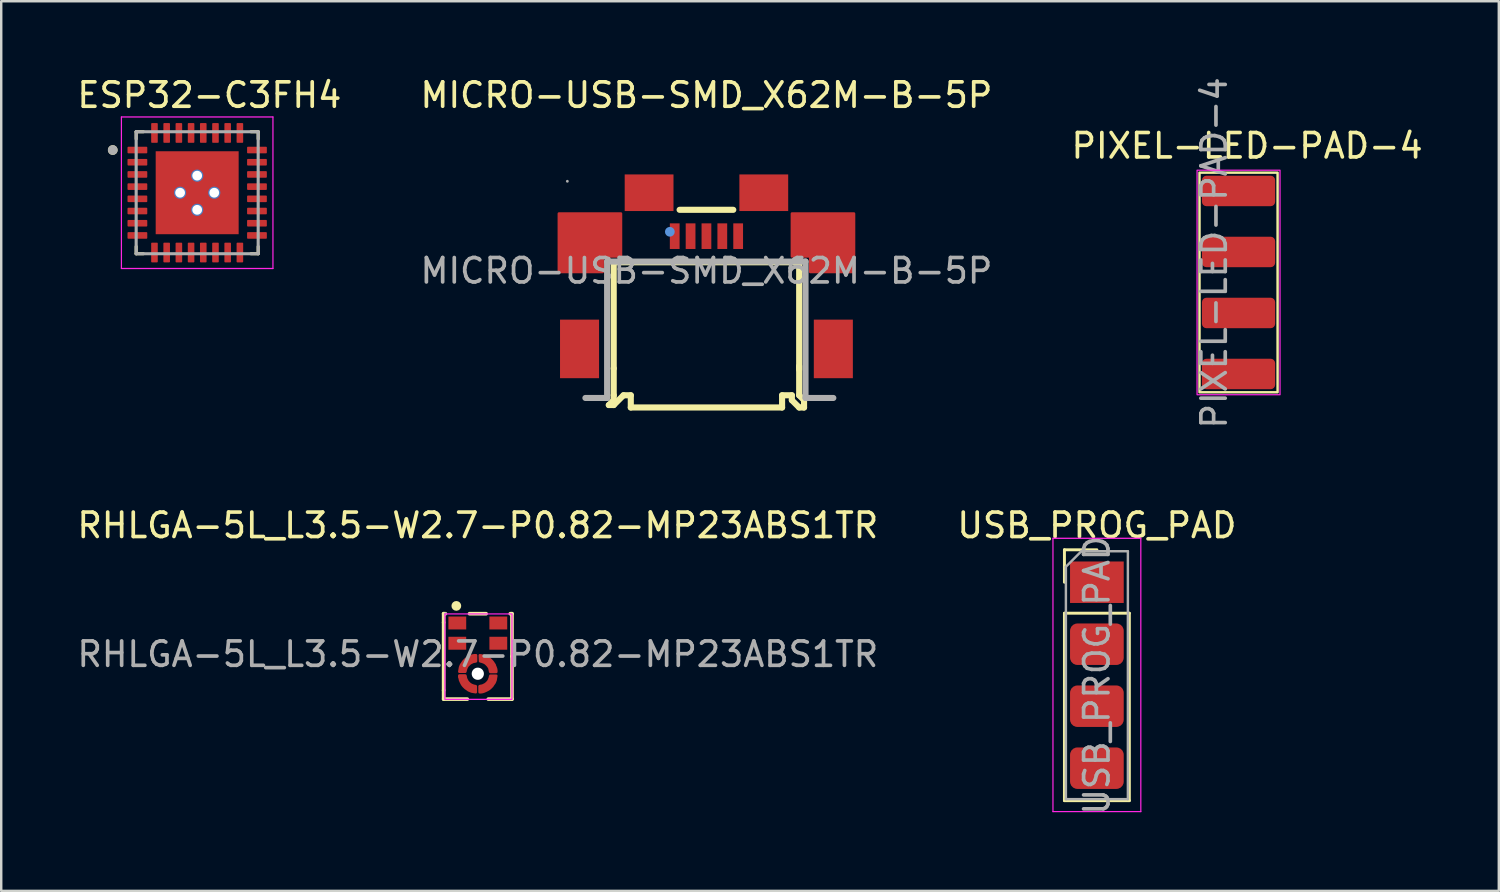
<source format=kicad_pcb>
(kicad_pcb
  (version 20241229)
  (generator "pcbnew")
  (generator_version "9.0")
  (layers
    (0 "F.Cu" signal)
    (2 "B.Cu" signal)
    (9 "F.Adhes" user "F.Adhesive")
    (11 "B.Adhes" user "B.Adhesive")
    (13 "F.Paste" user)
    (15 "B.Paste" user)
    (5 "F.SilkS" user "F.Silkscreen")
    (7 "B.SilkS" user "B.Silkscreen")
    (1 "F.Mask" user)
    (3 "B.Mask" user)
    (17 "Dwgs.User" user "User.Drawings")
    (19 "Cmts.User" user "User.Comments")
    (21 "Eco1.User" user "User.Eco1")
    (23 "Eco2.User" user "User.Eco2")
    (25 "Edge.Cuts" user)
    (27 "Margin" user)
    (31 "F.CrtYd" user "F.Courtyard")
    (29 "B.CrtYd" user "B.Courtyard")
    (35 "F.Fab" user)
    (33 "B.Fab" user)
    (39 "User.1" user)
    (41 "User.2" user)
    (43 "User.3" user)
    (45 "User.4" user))
  (footprint "USB_PROG_PAD"
    (layer "F.Cu")
    (at 41.899 20.809)
    (property "Reference" "USB_PROG_PAD" (at 0 -2.33 0) (layer "F.SilkS") (effects (font (size 1 1) (thickness 0.15))))
    (attr through_hole)
    (fp_line (start -1.33 -1.33) (end 0 -1.33) (stroke (width 0.12) (type solid)) (layer "F.SilkS"))
    (fp_line (start -1.33 0) (end -1.33 -1.33) (stroke (width 0.12) (type solid)) (layer "F.SilkS"))
    (fp_line (start -1.33 1.27) (end -1.33 8.95) (stroke (width 0.12) (type solid)) (layer "F.SilkS"))
    (fp_line (start -1.33 1.27) (end 1.33 1.27) (stroke (width 0.12) (type solid)) (layer "F.SilkS"))
    (fp_line (start -1.33 8.95) (end 1.33 8.95) (stroke (width 0.12) (type solid)) (layer "F.SilkS"))
    (fp_line (start 1.33 1.27) (end 1.33 8.95) (stroke (width 0.12) (type solid)) (layer "F.SilkS"))
    (fp_line (start -1.8 -1.8) (end -1.8 9.4) (stroke (width 0.05) (type solid)) (layer "F.CrtYd"))
    (fp_line (start -1.8 9.4) (end 1.8 9.4) (stroke (width 0.05) (type solid)) (layer "F.CrtYd"))
    (fp_line (start 1.8 -1.8) (end -1.8 -1.8) (stroke (width 0.05) (type solid)) (layer "F.CrtYd"))
    (fp_line (start 1.8 9.4) (end 1.8 -1.8) (stroke (width 0.05) (type solid)) (layer "F.CrtYd"))
    (fp_line (start -1.27 -0.635) (end -0.635 -1.27) (stroke (width 0.1) (type solid)) (layer "F.Fab"))
    (fp_line (start -1.27 8.89) (end -1.27 -0.635) (stroke (width 0.1) (type solid)) (layer "F.Fab"))
    (fp_line (start -0.635 -1.27) (end 1.27 -1.27) (stroke (width 0.1) (type solid)) (layer "F.Fab"))
    (fp_line (start 1.27 -1.27) (end 1.27 8.89) (stroke (width 0.1) (type solid)) (layer "F.Fab"))
    (fp_line (start 1.27 8.89) (end -1.27 8.89) (stroke (width 0.1) (type solid)) (layer "F.Fab"))
    (fp_text user "${REFERENCE}" (at 0 3.81 90) (layer "F.Fab") (effects (font (size 1 1) (thickness 0.15))))
    (pad "1" smd rect (at 0 0) (size 2.2 1.7) (layers "F.Cu" "F.Mask" "F.Paste"))
    (pad "2" smd roundrect (at 0 2.54) (size 2.2 1.7) (layers "F.Cu" "F.Mask" "F.Paste") (roundrect_rratio 0.176))
    (pad "3" smd roundrect (at 0 5.08) (size 2.2 1.7) (layers "F.Cu" "F.Mask" "F.Paste") (roundrect_rratio 0.176))
    (pad "4" smd roundrect (at 0 7.62) (size 2.2 1.7) (layers "F.Cu" "F.Mask" "F.Paste") (roundrect_rratio 0.176)))
  (footprint "RHLGA-5L_L3.5-W2.7-P0.82-MP23ABS1TR"
    (layer "F.Cu")
    (at 16.53 23.759)
    (property "Reference" "RHLGA-5L_L3.5-W2.7-P0.82-MP23ABS1TR" (at 0 -5.28 0) (layer "F.SilkS") (effects (font (size 1 1) (thickness 0.15))))
    (attr smd)
    (fp_line (start -1.4 -1.66) (end -1.4 -1.3) (stroke (width 0.15) (type solid)) (layer "F.SilkS"))
    (fp_line (start -1.4 -1.3) (end -1.4 1.48) (stroke (width 0.15) (type solid)) (layer "F.SilkS"))
    (fp_line (start -1.4 1.84) (end -1.4 1.48) (stroke (width 0.15) (type solid)) (layer "F.SilkS"))
    (fp_line (start -1.33 -1.66) (end -1.4 -1.66) (stroke (width 0.15) (type solid)) (layer "F.SilkS"))
    (fp_line (start -0.43 1.84) (end -1.4 1.84) (stroke (width 0.15) (type solid)) (layer "F.SilkS"))
    (fp_line (start 0.34 -1.66) (end -0.34 -1.66) (stroke (width 0.15) (type solid)) (layer "F.SilkS"))
    (fp_line (start 1.4 -1.66) (end 1.33 -1.66) (stroke (width 0.15) (type solid)) (layer "F.SilkS"))
    (fp_line (start 1.4 0.09) (end 1.4 -1.66) (stroke (width 0.15) (type solid)) (layer "F.SilkS"))
    (fp_line (start 1.4 0.09) (end 1.4 1.84) (stroke (width 0.15) (type solid)) (layer "F.SilkS"))
    (fp_line (start 1.4 1.84) (end 0.43 1.84) (stroke (width 0.15) (type solid)) (layer "F.SilkS"))
    (fp_circle (center -0.88 -1.98) (end -0.78 -1.98) (stroke (width 0.2) (type solid)) (fill no) (layer "F.SilkS"))
    (fp_rect (start -1.35 -1.65) (end 1.4 1.85) (stroke (width 0.05) (type default)) (fill no) (layer "F.CrtYd"))
    (fp_circle (center -1.32 -1.66) (end -1.29 -1.66) (stroke (width 0.06) (type solid)) (fill no) (layer "F.Fab"))
    (fp_text user "${REFERENCE}" (at 0 0 0) (layer "F.Fab") (effects (font (size 1 1) (thickness 0.15))))
    (pad "" np_thru_hole circle (at 0 0.8) (size 0.5 0.5) (drill 0.5) (layers "*.Cu" "*.Mask"))
    (pad "1" smd rect (at -0.84 -1.28) (size 0.73 0.53) (layers "F.Cu" "F.Mask" "F.Paste"))
    (pad "2" smd rect (at -0.84 -0.45) (size 0.73 0.53) (layers "F.Cu" "F.Mask" "F.Paste"))
    (pad "3" smd custom (at -0.48 0.37) (size 0.01 0.01) (layers "F.Cu" "F.Mask" "F.Paste") (options (anchor circle)) (primitives (gr_poly (pts (xy -0.03 0.35) (xy -0.28 0.35) (xy -0.27 0.29) (xy -0.26 0.23) (xy -0.25 0.17) (xy -0.22 0.09) (xy -0.2 0.05) (xy -0.17 0.01) (xy -0.15 -0.02) (xy -0.13 -0.05) (xy -0.11 -0.08) (xy -0.07 -0.12) (xy -0.03 -0.16) (xy 0.02 -0.2) (xy 0.07 -0.23) (xy 0.11 -0.25) (xy 0.15 -0.27) (xy 0.22 -0.3) (xy 0.28 -0.32) (xy 0.34 -0.33) (xy 0.41 -0.33) (xy 0.41 -0.08) (xy 0.38 -0.07) (xy 0.32 -0.06) (xy 0.28 -0.05) (xy 0.24 -0.03) (xy 0.18 0) (xy 0.14 0.03) (xy 0.11 0.06) (xy 0.06 0.11) (xy 0.02 0.18) (xy -0.01 0.26)) (width 0.1) (fill yes))))
    (pad "3" smd custom (at -0.42 1.28) (size 0.01 0.01) (layers "F.Cu" "F.Mask" "F.Paste") (options (anchor circle)) (primitives (gr_poly (pts (xy 0.34 0.03) (xy 0.34 0.28) (xy 0.28 0.27) (xy 0.22 0.26) (xy 0.16 0.25) (xy 0.09 0.22) (xy 0.04 0.2) (xy 0 0.17) (xy -0.03 0.15) (xy -0.06 0.13) (xy -0.09 0.11) (xy -0.13 0.07) (xy -0.17 0.03) (xy -0.21 -0.02) (xy -0.24 -0.07) (xy -0.26 -0.11) (xy -0.28 -0.15) (xy -0.31 -0.22) (xy -0.32 -0.28) (xy -0.34 -0.34) (xy -0.34 -0.41) (xy -0.09 -0.41) (xy -0.08 -0.38) (xy -0.07 -0.32) (xy -0.06 -0.28) (xy -0.04 -0.24) (xy -0.01 -0.18) (xy 0.02 -0.14) (xy 0.05 -0.11) (xy 0.1 -0.06) (xy 0.17 -0.02) (xy 0.25 0.01)) (width 0.1) (fill yes))))
    (pad "3" smd custom (at 0.42 0.32) (size 0.01 0.01) (layers "F.Cu" "F.Mask" "F.Paste") (options (anchor circle)) (primitives (gr_poly (pts (xy -0.33 -0.03) (xy -0.34 -0.28) (xy -0.28 -0.27) (xy -0.22 -0.26) (xy -0.15 -0.25) (xy -0.08 -0.22) (xy -0.04 -0.2) (xy 0 -0.17) (xy 0.03 -0.15) (xy 0.06 -0.13) (xy 0.09 -0.11) (xy 0.13 -0.07) (xy 0.17 -0.03) (xy 0.21 0.02) (xy 0.24 0.07) (xy 0.27 0.11) (xy 0.28 0.15) (xy 0.31 0.22) (xy 0.33 0.28) (xy 0.34 0.34) (xy 0.34 0.41) (xy 0.09 0.41) (xy 0.08 0.38) (xy 0.07 0.32) (xy 0.06 0.28) (xy 0.05 0.24) (xy 0.01 0.18) (xy -0.02 0.14) (xy -0.05 0.11) (xy -0.1 0.06) (xy -0.17 0.02) (xy -0.25 -0.01)) (width 0.1) (fill yes))))
    (pad "3" smd custom (at 0.48 1.22) (size 0.01 0.01) (layers "F.Cu" "F.Mask" "F.Paste") (options (anchor circle)) (primitives (gr_poly (pts (xy 0.03 -0.34) (xy 0.28 -0.34) (xy 0.27 -0.28) (xy 0.26 -0.22) (xy 0.25 -0.16) (xy 0.22 -0.08) (xy 0.2 -0.04) (xy 0.17 0) (xy 0.15 0.03) (xy 0.13 0.06) (xy 0.11 0.09) (xy 0.07 0.13) (xy 0.03 0.17) (xy -0.02 0.21) (xy -0.07 0.24) (xy -0.11 0.26) (xy -0.15 0.28) (xy -0.22 0.31) (xy -0.28 0.33) (xy -0.34 0.34) (xy -0.41 0.34) (xy -0.41 0.09) (xy -0.38 0.08) (xy -0.32 0.07) (xy -0.28 0.06) (xy -0.24 0.04) (xy -0.18 0.01) (xy -0.14 -0.02) (xy -0.11 -0.05) (xy -0.06 -0.1) (xy -0.02 -0.17) (xy 0.01 -0.25)) (width 0.1) (fill yes))))
    (pad "4" smd rect (at 0.84 -0.45) (size 0.73 0.53) (layers "F.Cu" "F.Mask" "F.Paste"))
    (pad "5" smd rect (at 0.84 -1.28) (size 0.73 0.53) (layers "F.Cu" "F.Mask" "F.Paste")))
  (footprint "MICRO-USB-SMD_X62M-B-5P"
    (layer "F.Cu")
    (at 25.899 8.048)
    (property "Reference" "MICRO-USB-SMD_X62M-B-5P" (at 0 -7.2 0) (layer "F.SilkS") (effects (font (size 1 1) (thickness 0.15))))
    (attr smd)
    (fp_line (start -4 5.5) (end -3.8 5.5) (stroke (width 0.25) (type solid)) (layer "F.SilkS"))
    (fp_line (start -3.8 -0.35) (end 3.7 -0.35) (stroke (width 0.25) (type solid)) (layer "F.SilkS"))
    (fp_line (start -3.8 4) (end -3.8 -0.35) (stroke (width 0.25) (type solid)) (layer "F.SilkS"))
    (fp_line (start -3.8 4) (end -3.8 5.1) (stroke (width 0.25) (type solid)) (layer "F.SilkS"))
    (fp_line (start -3.8 5.1) (end -3.8 5.3) (stroke (width 0.25) (type solid)) (layer "F.SilkS"))
    (fp_line (start -3.8 5.3) (end -4 5.5) (stroke (width 0.25) (type solid)) (layer "F.SilkS"))
    (fp_line (start -3.8 5.5) (end -3.4 5.1) (stroke (width 0.25) (type solid)) (layer "F.SilkS"))
    (fp_line (start -3.4 5.1) (end -3.1 5.1) (stroke (width 0.25) (type solid)) (layer "F.SilkS"))
    (fp_line (start -3.1 5.1) (end -3.1 5.6) (stroke (width 0.25) (type solid)) (layer "F.SilkS"))
    (fp_line (start -3.1 5.6) (end 3.1 5.6) (stroke (width 0.25) (type solid)) (layer "F.SilkS"))
    (fp_line (start -1.1 -2.5) (end 1.1 -2.5) (stroke (width 0.25) (type solid)) (layer "F.SilkS"))
    (fp_line (start 3.1 5.1) (end 3.5 5.1) (stroke (width 0.25) (type solid)) (layer "F.SilkS"))
    (fp_line (start 3.1 5.6) (end 3.1 5.1) (stroke (width 0.25) (type solid)) (layer "F.SilkS"))
    (fp_line (start 3.5 5.1) (end 3.5 5.3) (stroke (width 0.25) (type solid)) (layer "F.SilkS"))
    (fp_line (start 3.5 5.3) (end 3.8 5.6) (stroke (width 0.25) (type solid)) (layer "F.SilkS"))
    (fp_line (start 3.8 4.05) (end 3.8 -0.35) (stroke (width 0.25) (type solid)) (layer "F.SilkS"))
    (fp_line (start 3.8 5.1) (end 3.8 3.9) (stroke (width 0.25) (type solid)) (layer "F.SilkS"))
    (fp_line (start 3.8 5.6) (end 4 5.6) (stroke (width 0.25) (type solid)) (layer "F.SilkS"))
    (fp_line (start 4 5.3) (end 3.8 5.1) (stroke (width 0.25) (type solid)) (layer "F.SilkS"))
    (fp_line (start 4 5.6) (end 4 5.3) (stroke (width 0.25) (type solid)) (layer "F.SilkS"))
    (fp_circle (center -1.5 -1.6) (end -1.4 -1.6) (stroke (width 0.2) (type solid)) (fill no) (layer "Cmts.User"))
    (fp_line (start -4.96 5.21) (end -4.07 5.21) (stroke (width 0.25) (type solid)) (layer "F.Fab"))
    (fp_line (start -4.07 -0.38) (end 4.06 -0.38) (stroke (width 0.25) (type solid)) (layer "F.Fab"))
    (fp_line (start -4.07 5.21) (end -4.07 -0.38) (stroke (width 0.25) (type solid)) (layer "F.Fab"))
    (fp_line (start 4.06 -0.38) (end 4.06 5.21) (stroke (width 0.25) (type solid)) (layer "F.Fab"))
    (fp_line (start 4.06 5.21) (end 5.2 5.21) (stroke (width 0.25) (type solid)) (layer "F.Fab"))
    (fp_circle (center -5.7 -3.67) (end -5.67 -3.67) (stroke (width 0.06) (type solid)) (fill no) (layer "F.Fab"))
    (fp_text user "${REFERENCE}" (at 0 0 0) (layer "F.Fab") (effects (font (size 1 1) (thickness 0.15))))
    (pad "1" smd rect (at -1.3 -1.42) (size 0.4 1.05) (layers "F.Cu" "F.Mask" "F.Paste"))
    (pad "2" smd rect (at -0.65 -1.42) (size 0.4 1.05) (layers "F.Cu" "F.Mask" "F.Paste"))
    (pad "3" smd rect (at 0 -1.42) (size 0.4 1.05) (layers "F.Cu" "F.Mask" "F.Paste"))
    (pad "4" smd rect (at 0.65 -1.42) (size 0.4 1.05) (layers "F.Cu" "F.Mask" "F.Paste"))
    (pad "5" smd rect (at 1.3 -1.42) (size 0.4 1.05) (layers "F.Cu" "F.Mask" "F.Paste"))
    (pad "6" smd rect (at -5.2 3.2) (size 1.6 2.4) (layers "F.Cu" "F.Mask" "F.Paste"))
    (pad "6" smd custom (at -4.77 -1.15) (size 0.01 0.01) (layers "F.Cu" "F.Mask" "F.Paste") (options (anchor circle)) (primitives (gr_poly (pts (xy 1.27 -1.2) (xy 1.27 0.56) (xy 0.52 0.56) (xy 0.52 1.2) (xy -1.28 1.2) (xy -1.28 -1.2) (xy 1.27 -1.2)) (width 0.1) (fill yes))))
    (pad "6" smd rect (at -2.35 -3.2) (size 2 1.5) (layers "F.Cu" "F.Mask" "F.Paste"))
    (pad "7" smd rect (at 2.35 -3.2) (size 2 1.5) (layers "F.Cu" "F.Mask" "F.Paste"))
    (pad "7" smd custom (at 4.77 -1.15) (size 0.01 0.01) (layers "F.Cu" "F.Mask" "F.Paste") (options (anchor circle)) (primitives (gr_poly (pts (xy -1.27 -1.2) (xy -1.27 0.56) (xy -0.52 0.56) (xy -0.52 1.2) (xy 1.28 1.2) (xy 1.28 -1.2) (xy -1.27 -1.2)) (width 0.1) (fill yes))))
    (pad "7" smd rect (at 5.2 3.2) (size 1.6 2.4) (layers "F.Cu" "F.Mask" "F.Paste")))
  (footprint "ESP32-C3FH4"
    (layer "F.Cu")
    (at 5.03 4.848)
    (property "Reference" "ESP32-C3FH4" (at 0.5 -4 0) (layer "F.SilkS") (effects (font (size 1 1) (thickness 0.15))))
    (attr smd)
    (fp_line (start -2.5 -2.5) (end -2.5 -2.205) (stroke (width 0.127) (type solid)) (layer "F.SilkS"))
    (fp_line (start -2.5 -2.5) (end -2.205 -2.5) (stroke (width 0.127) (type solid)) (layer "F.SilkS"))
    (fp_line (start -2.5 2.5) (end -2.5 2.205) (stroke (width 0.127) (type solid)) (layer "F.SilkS"))
    (fp_line (start -2.5 2.5) (end -2.205 2.5) (stroke (width 0.127) (type solid)) (layer "F.SilkS"))
    (fp_line (start 2.5 -2.5) (end 2.205 -2.5) (stroke (width 0.127) (type solid)) (layer "F.SilkS"))
    (fp_line (start 2.5 -2.5) (end 2.5 -2.205) (stroke (width 0.127) (type solid)) (layer "F.SilkS"))
    (fp_line (start 2.5 2.5) (end 2.205 2.5) (stroke (width 0.127) (type solid)) (layer "F.SilkS"))
    (fp_line (start 2.5 2.5) (end 2.5 2.205) (stroke (width 0.127) (type solid)) (layer "F.SilkS"))
    (fp_circle (center -3.46 -1.75) (end -3.36 -1.75) (stroke (width 0.2) (type solid)) (fill no) (layer "F.SilkS"))
    (fp_poly (pts (xy -1.65 -0.45) (xy -0.95 -0.45) (xy -0.95 0.45) (xy -1.65 0.45)) (stroke (width 0.01) (type solid)) (fill yes) (layer "F.Paste"))
    (fp_poly (pts (xy -1.65 0.95) (xy -0.95 0.95) (xy -0.95 1.65) (xy -1.65 1.65)) (stroke (width 0.01) (type solid)) (fill yes) (layer "F.Paste"))
    (fp_poly (pts (xy -1.6 -1.6) (xy -0.8 -1.6) (xy -0.8 -0.8) (xy -1.6 -0.8)) (stroke (width 0.01) (type solid)) (fill yes) (layer "F.Paste"))
    (fp_poly (pts (xy -0.45 -1.65) (xy 0.45 -1.65) (xy 0.45 -0.85) (xy -0.45 -0.85)) (stroke (width 0.01) (type solid)) (fill yes) (layer "F.Paste"))
    (fp_poly (pts (xy -0.45 -0.45) (xy 0.45 -0.45) (xy 0.45 0.45) (xy -0.45 0.45)) (stroke (width 0.01) (type solid)) (fill yes) (layer "F.Paste"))
    (fp_poly (pts (xy -0.45 0.95) (xy 0.45 0.95) (xy 0.45 1.65) (xy -0.45 1.65)) (stroke (width 0.01) (type solid)) (fill yes) (layer "F.Paste"))
    (fp_poly (pts (xy 0.9 -1.65) (xy 1.7 -1.65) (xy 1.7 -0.95) (xy 0.9 -0.95)) (stroke (width 0.01) (type solid)) (fill yes) (layer "F.Paste"))
    (fp_poly (pts (xy 0.95 -0.45) (xy 1.65 -0.45) (xy 1.65 0.45) (xy 0.95 0.45)) (stroke (width 0.01) (type solid)) (fill yes) (layer "F.Paste"))
    (fp_poly (pts (xy 0.95 0.8) (xy 1.65 0.8) (xy 1.65 1.7) (xy 0.95 1.7)) (stroke (width 0.01) (type solid)) (fill yes) (layer "F.Paste"))
    (fp_line (start -3.105 -3.105) (end 3.105 -3.105) (stroke (width 0.05) (type solid)) (layer "F.CrtYd"))
    (fp_line (start -3.105 3.105) (end -3.105 -3.105) (stroke (width 0.05) (type solid)) (layer "F.CrtYd"))
    (fp_line (start -3.105 3.105) (end 3.105 3.105) (stroke (width 0.05) (type solid)) (layer "F.CrtYd"))
    (fp_line (start 3.105 3.105) (end 3.105 -3.105) (stroke (width 0.05) (type solid)) (layer "F.CrtYd"))
    (fp_line (start -2.5 2.5) (end -2.5 -2.5) (stroke (width 0.127) (type solid)) (layer "F.Fab"))
    (fp_line (start 2.5 -2.5) (end -2.5 -2.5) (stroke (width 0.127) (type solid)) (layer "F.Fab"))
    (fp_line (start 2.5 2.5) (end -2.5 2.5) (stroke (width 0.127) (type solid)) (layer "F.Fab"))
    (fp_line (start 2.5 2.5) (end 2.5 -2.5) (stroke (width 0.127) (type solid)) (layer "F.Fab"))
    (fp_circle (center -3.46 -1.75) (end -3.36 -1.75) (stroke (width 0.2) (type solid)) (fill no) (layer "F.Fab"))
    (pad "1" smd roundrect (at -2.45 -1.75) (size 0.81 0.27) (layers "F.Cu" "F.Mask" "F.Paste") (roundrect_rratio 0.125))
    (pad "2" smd roundrect (at -2.45 -1.25) (size 0.81 0.27) (layers "F.Cu" "F.Mask" "F.Paste") (roundrect_rratio 0.125))
    (pad "3" smd roundrect (at -2.45 -0.75) (size 0.81 0.27) (layers "F.Cu" "F.Mask" "F.Paste") (roundrect_rratio 0.125))
    (pad "4" smd roundrect (at -2.45 -0.25) (size 0.81 0.27) (layers "F.Cu" "F.Mask" "F.Paste") (roundrect_rratio 0.125))
    (pad "5" smd roundrect (at -2.45 0.25) (size 0.81 0.27) (layers "F.Cu" "F.Mask" "F.Paste") (roundrect_rratio 0.125))
    (pad "6" smd roundrect (at -2.45 0.75) (size 0.81 0.27) (layers "F.Cu" "F.Mask" "F.Paste") (roundrect_rratio 0.125))
    (pad "7" smd roundrect (at -2.45 1.25) (size 0.81 0.27) (layers "F.Cu" "F.Mask" "F.Paste") (roundrect_rratio 0.125))
    (pad "8" smd roundrect (at -2.45 1.75) (size 0.81 0.27) (layers "F.Cu" "F.Mask" "F.Paste") (roundrect_rratio 0.125))
    (pad "9" smd roundrect (at -1.75 2.45) (size 0.27 0.81) (layers "F.Cu" "F.Mask" "F.Paste") (roundrect_rratio 0.125))
    (pad "10" smd roundrect (at -1.25 2.45) (size 0.27 0.81) (layers "F.Cu" "F.Mask" "F.Paste") (roundrect_rratio 0.125))
    (pad "11" smd roundrect (at -0.75 2.45) (size 0.27 0.81) (layers "F.Cu" "F.Mask" "F.Paste") (roundrect_rratio 0.125))
    (pad "12" smd roundrect (at -0.25 2.45) (size 0.27 0.81) (layers "F.Cu" "F.Mask" "F.Paste") (roundrect_rratio 0.125))
    (pad "13" smd roundrect (at 0.25 2.45) (size 0.27 0.81) (layers "F.Cu" "F.Mask" "F.Paste") (roundrect_rratio 0.125))
    (pad "14" smd roundrect (at 0.75 2.45) (size 0.27 0.81) (layers "F.Cu" "F.Mask" "F.Paste") (roundrect_rratio 0.125))
    (pad "15" smd roundrect (at 1.25 2.45) (size 0.27 0.81) (layers "F.Cu" "F.Mask" "F.Paste") (roundrect_rratio 0.125))
    (pad "16" smd roundrect (at 1.75 2.45) (size 0.27 0.81) (layers "F.Cu" "F.Mask" "F.Paste") (roundrect_rratio 0.125))
    (pad "17" smd roundrect (at 2.45 1.75) (size 0.81 0.27) (layers "F.Cu" "F.Mask" "F.Paste") (roundrect_rratio 0.125))
    (pad "18" smd roundrect (at 2.45 1.25) (size 0.81 0.27) (layers "F.Cu" "F.Mask" "F.Paste") (roundrect_rratio 0.125))
    (pad "19" smd roundrect (at 2.45 0.75) (size 0.81 0.27) (layers "F.Cu" "F.Mask" "F.Paste") (roundrect_rratio 0.125))
    (pad "20" smd roundrect (at 2.45 0.25) (size 0.81 0.27) (layers "F.Cu" "F.Mask" "F.Paste") (roundrect_rratio 0.125))
    (pad "21" smd roundrect (at 2.45 -0.25) (size 0.81 0.27) (layers "F.Cu" "F.Mask" "F.Paste") (roundrect_rratio 0.125))
    (pad "22" smd roundrect (at 2.45 -0.75) (size 0.81 0.27) (layers "F.Cu" "F.Mask" "F.Paste") (roundrect_rratio 0.125))
    (pad "23" smd roundrect (at 2.45 -1.25) (size 0.81 0.27) (layers "F.Cu" "F.Mask" "F.Paste") (roundrect_rratio 0.125))
    (pad "24" smd roundrect (at 2.45 -1.75) (size 0.81 0.27) (layers "F.Cu" "F.Mask" "F.Paste") (roundrect_rratio 0.125))
    (pad "25" smd roundrect (at 1.75 -2.45) (size 0.27 0.81) (layers "F.Cu" "F.Mask" "F.Paste") (roundrect_rratio 0.125))
    (pad "26" smd roundrect (at 1.25 -2.45) (size 0.27 0.81) (layers "F.Cu" "F.Mask" "F.Paste") (roundrect_rratio 0.125))
    (pad "27" smd roundrect (at 0.75 -2.45) (size 0.27 0.81) (layers "F.Cu" "F.Mask" "F.Paste") (roundrect_rratio 0.125))
    (pad "28" smd roundrect (at 0.25 -2.45) (size 0.27 0.81) (layers "F.Cu" "F.Mask" "F.Paste") (roundrect_rratio 0.125))
    (pad "29" smd roundrect (at -0.25 -2.45) (size 0.27 0.81) (layers "F.Cu" "F.Mask" "F.Paste") (roundrect_rratio 0.125))
    (pad "30" smd roundrect (at -0.75 -2.45) (size 0.27 0.81) (layers "F.Cu" "F.Mask" "F.Paste") (roundrect_rratio 0.125))
    (pad "31" smd roundrect (at -1.25 -2.45) (size 0.27 0.81) (layers "F.Cu" "F.Mask" "F.Paste") (roundrect_rratio 0.125))
    (pad "32" smd roundrect (at -1.75 -2.45) (size 0.27 0.81) (layers "F.Cu" "F.Mask" "F.Paste") (roundrect_rratio 0.125))
    (pad "33" thru_hole circle (at -0.7 0) (size 0.5 0.5) (drill 0.4) (layers "*.Cu"))
    (pad "33" thru_hole circle (at 0 -0.7) (size 0.5 0.5) (drill 0.4) (layers "*.Cu"))
    (pad "33" smd rect (at 0 0) (size 3.4 3.4) (layers "F.Cu" "F.Mask"))
    (pad "33" thru_hole circle (at 0 0.7) (size 0.5 0.5) (drill 0.4) (layers "*.Cu"))
    (pad "33" thru_hole circle (at 0.7 0) (size 0.5 0.5) (drill 0.4) (layers "*.Cu")))
  (footprint "PIXEL-LED-PAD-4"
    (layer "F.Cu")
    (at 46.704 4.775)
    (property "Reference" "PIXEL-LED-PAD-4" (at 1.35 -1.85 0) (layer "F.SilkS") (effects (font (size 1 1) (thickness 0.15))))
    (attr through_hole)
    (fp_rect (start -0.6 -0.75) (end 2.6 8.25) (stroke (width 0.1) (type default)) (fill no) (layer "F.SilkS"))
    (fp_rect (start -0.7 -0.85) (end 2.7 8.35) (stroke (width 0.05) (type default)) (fill no) (layer "F.CrtYd"))
    (fp_text user "${REFERENCE}" (at 0 2.54 90) (layer "F.Fab") (effects (font (size 1 1) (thickness 0.15))))
    (pad "1" smd roundrect (at 1 0) (size 3 1.25) (layers "F.Cu" "F.Mask" "F.Paste") (roundrect_rratio 0.147))
    (pad "2" smd roundrect (at 1 2.5) (size 3 1.25) (layers "F.Cu" "F.Mask" "F.Paste") (roundrect_rratio 0.147))
    (pad "3" smd roundrect (at 1 5) (size 3 1.25) (layers "F.Cu" "F.Mask" "F.Paste") (roundrect_rratio 0.147))
    (pad "4" smd roundrect (at 1 7.5) (size 3 1.25) (layers "F.Cu" "F.Mask" "F.Paste") (roundrect_rratio 0.147)))
  (gr_rect
    (start -3 -3)
    (end 58.369 33.458)
    (stroke (width 0.1) (type default))
    (fill no)
    (layer "Edge.Cuts")))
</source>
